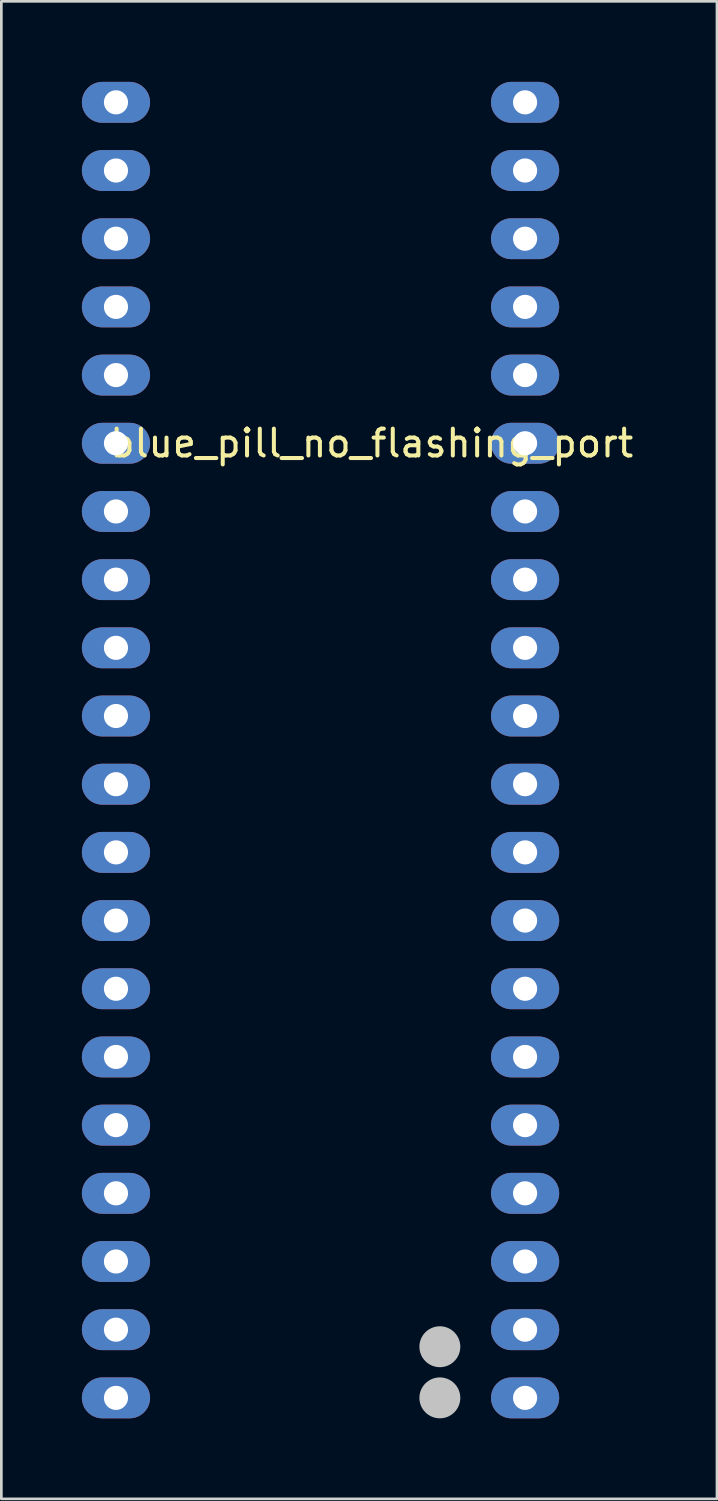
<source format=kicad_pcb>
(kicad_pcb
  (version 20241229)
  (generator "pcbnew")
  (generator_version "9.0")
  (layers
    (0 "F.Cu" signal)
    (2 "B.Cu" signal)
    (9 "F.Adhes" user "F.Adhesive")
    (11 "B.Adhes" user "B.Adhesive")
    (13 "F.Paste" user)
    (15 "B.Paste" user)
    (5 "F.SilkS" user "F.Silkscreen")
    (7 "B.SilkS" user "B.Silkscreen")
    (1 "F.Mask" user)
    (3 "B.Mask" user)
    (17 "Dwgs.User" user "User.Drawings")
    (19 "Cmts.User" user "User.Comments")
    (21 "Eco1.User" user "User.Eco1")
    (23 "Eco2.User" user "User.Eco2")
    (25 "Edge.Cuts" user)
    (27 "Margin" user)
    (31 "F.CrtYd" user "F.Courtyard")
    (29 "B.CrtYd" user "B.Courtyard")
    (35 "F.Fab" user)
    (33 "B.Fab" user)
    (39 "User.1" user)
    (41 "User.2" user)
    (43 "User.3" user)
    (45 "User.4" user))
  (footprint "blue_pill_no_flashing_port"
    (layer "F.Cu")
    (at 10.795 21.717)
    (property "Reference" "blue_pill_no_flashing_port" (at 0 -8.255 0) (layer "F.SilkS") (effects (font (size 1 1) (thickness 0.15))))
    (attr through_hole)
    (pad "" smd circle (at 2.54 25.4) (size 1.524 1.524) (layers "Dwgs.User"))
    (pad "" smd circle (at 2.54 27.305) (size 1.524 1.524) (layers "Dwgs.User"))
    (pad "3V3" thru_hole oval (at -9.525 27.305) (size 2.54 1.524) (drill 0.9) (layers "*.Cu" "*.Mask"))
    (pad "3V3" thru_hole oval (at 5.715 -15.875) (size 2.54 1.524) (drill 0.9) (layers "*.Cu" "*.Mask"))
    (pad "5V" thru_hole oval (at -9.525 22.225) (size 2.54 1.524) (drill 0.9) (layers "*.Cu" "*.Mask"))
    (pad "G" thru_hole oval (at -9.525 24.765) (size 2.54 1.524) (drill 0.9) (layers "*.Cu" "*.Mask"))
    (pad "G" thru_hole oval (at 5.715 -20.955) (size 2.54 1.524) (drill 0.9) (layers "*.Cu" "*.Mask"))
    (pad "G" thru_hole oval (at 5.715 -18.415) (size 2.54 1.524) (drill 0.9) (layers "*.Cu" "*.Mask"))
    (pad "NRST" thru_hole oval (at 5.715 -13.335) (size 2.54 1.524) (drill 0.9) (layers "*.Cu" "*.Mask"))
    (pad "PA0" thru_hole oval (at 5.715 17.145) (size 2.54 1.524) (drill 0.9) (layers "*.Cu" "*.Mask"))
    (pad "PA1" thru_hole oval (at 5.715 14.605) (size 2.54 1.524) (drill 0.9) (layers "*.Cu" "*.Mask"))
    (pad "PA2" thru_hole oval (at 5.715 12.065) (size 2.54 1.524) (drill 0.9) (layers "*.Cu" "*.Mask"))
    (pad "PA3" thru_hole oval (at 5.715 9.525) (size 2.54 1.524) (drill 0.9) (layers "*.Cu" "*.Mask"))
    (pad "PA4" thru_hole oval (at 5.715 6.985) (size 2.54 1.524) (drill 0.9) (layers "*.Cu" "*.Mask"))
    (pad "PA5" thru_hole oval (at 5.715 4.445) (size 2.54 1.524) (drill 0.9) (layers "*.Cu" "*.Mask"))
    (pad "PA6" thru_hole oval (at 5.715 1.905) (size 2.54 1.524) (drill 0.9) (layers "*.Cu" "*.Mask"))
    (pad "PA7" thru_hole oval (at 5.715 -0.635) (size 2.54 1.524) (drill 0.9) (layers "*.Cu" "*.Mask"))
    (pad "PA8" thru_hole oval (at -9.525 -10.795) (size 2.54 1.524) (drill 0.9) (layers "*.Cu" "*.Mask"))
    (pad "PA9" thru_hole oval (at -9.525 -8.255) (size 2.54 1.524) (drill 0.9) (layers "*.Cu" "*.Mask"))
    (pad "PA10" thru_hole oval (at -9.525 -5.715) (size 2.54 1.524) (drill 0.9) (layers "*.Cu" "*.Mask"))
    (pad "PA11" thru_hole oval (at -9.525 -3.175) (size 2.54 1.524) (drill 0.9) (layers "*.Cu" "*.Mask"))
    (pad "PA12" thru_hole oval (at -9.525 -0.635) (size 2.54 1.524) (drill 0.9) (layers "*.Cu" "*.Mask"))
    (pad "PA15" thru_hole oval (at -9.525 1.905) (size 2.54 1.524) (drill 0.9) (layers "*.Cu" "*.Mask"))
    (pad "PB0" thru_hole oval (at 5.715 -3.175) (size 2.54 1.524) (drill 0.9) (layers "*.Cu" "*.Mask"))
    (pad "PB1" thru_hole oval (at 5.715 -5.715) (size 2.54 1.524) (drill 0.9) (layers "*.Cu" "*.Mask"))
    (pad "PB3" thru_hole oval (at -9.525 4.445) (size 2.54 1.524) (drill 0.9) (layers "*.Cu" "*.Mask"))
    (pad "PB4" thru_hole oval (at -9.525 6.985) (size 2.54 1.524) (drill 0.9) (layers "*.Cu" "*.Mask"))
    (pad "PB5" thru_hole oval (at -9.525 9.525) (size 2.54 1.524) (drill 0.9) (layers "*.Cu" "*.Mask"))
    (pad "PB6" thru_hole oval (at -9.525 12.065) (size 2.54 1.524) (drill 0.9) (layers "*.Cu" "*.Mask"))
    (pad "PB7" thru_hole oval (at -9.525 14.605) (size 2.54 1.524) (drill 0.9) (layers "*.Cu" "*.Mask"))
    (pad "PB8" thru_hole oval (at -9.525 17.145) (size 2.54 1.524) (drill 0.9) (layers "*.Cu" "*.Mask"))
    (pad "PB9" thru_hole oval (at -9.525 19.685) (size 2.54 1.524) (drill 0.9) (layers "*.Cu" "*.Mask"))
    (pad "PB10" thru_hole oval (at 5.715 -8.255) (size 2.54 1.524) (drill 0.9) (layers "*.Cu" "*.Mask"))
    (pad "PB11" thru_hole oval (at 5.715 -10.795) (size 2.54 1.524) (drill 0.9) (layers "*.Cu" "*.Mask"))
    (pad "PB12" thru_hole oval (at -9.525 -20.955) (size 2.54 1.524) (drill 0.9) (layers "*.Cu" "*.Mask"))
    (pad "PB13" thru_hole oval (at -9.525 -18.415) (size 2.54 1.524) (drill 0.9) (layers "*.Cu" "*.Mask"))
    (pad "PB14" thru_hole oval (at -9.525 -15.875) (size 2.54 1.524) (drill 0.9) (layers "*.Cu" "*.Mask"))
    (pad "PB15" thru_hole oval (at -9.525 -13.335) (size 2.54 1.524) (drill 0.9) (layers "*.Cu" "*.Mask"))
    (pad "PC13" thru_hole oval (at 5.715 24.765) (size 2.54 1.524) (drill 0.9) (layers "*.Cu" "*.Mask"))
    (pad "PC14" thru_hole oval (at 5.715 22.225) (size 2.54 1.524) (drill 0.9) (layers "*.Cu" "*.Mask"))
    (pad "PC15" thru_hole oval (at 5.715 19.685) (size 2.54 1.524) (drill 0.9) (layers "*.Cu" "*.Mask"))
    (pad "VBAT" thru_hole oval (at 5.715 27.305) (size 2.54 1.524) (drill 0.9) (layers "*.Cu" "*.Mask")))
  (gr_rect
    (start -3 -3)
    (end 23.658 52.784)
    (stroke (width 0.1) (type default))
    (fill no)
    (layer "Edge.Cuts")))
</source>
